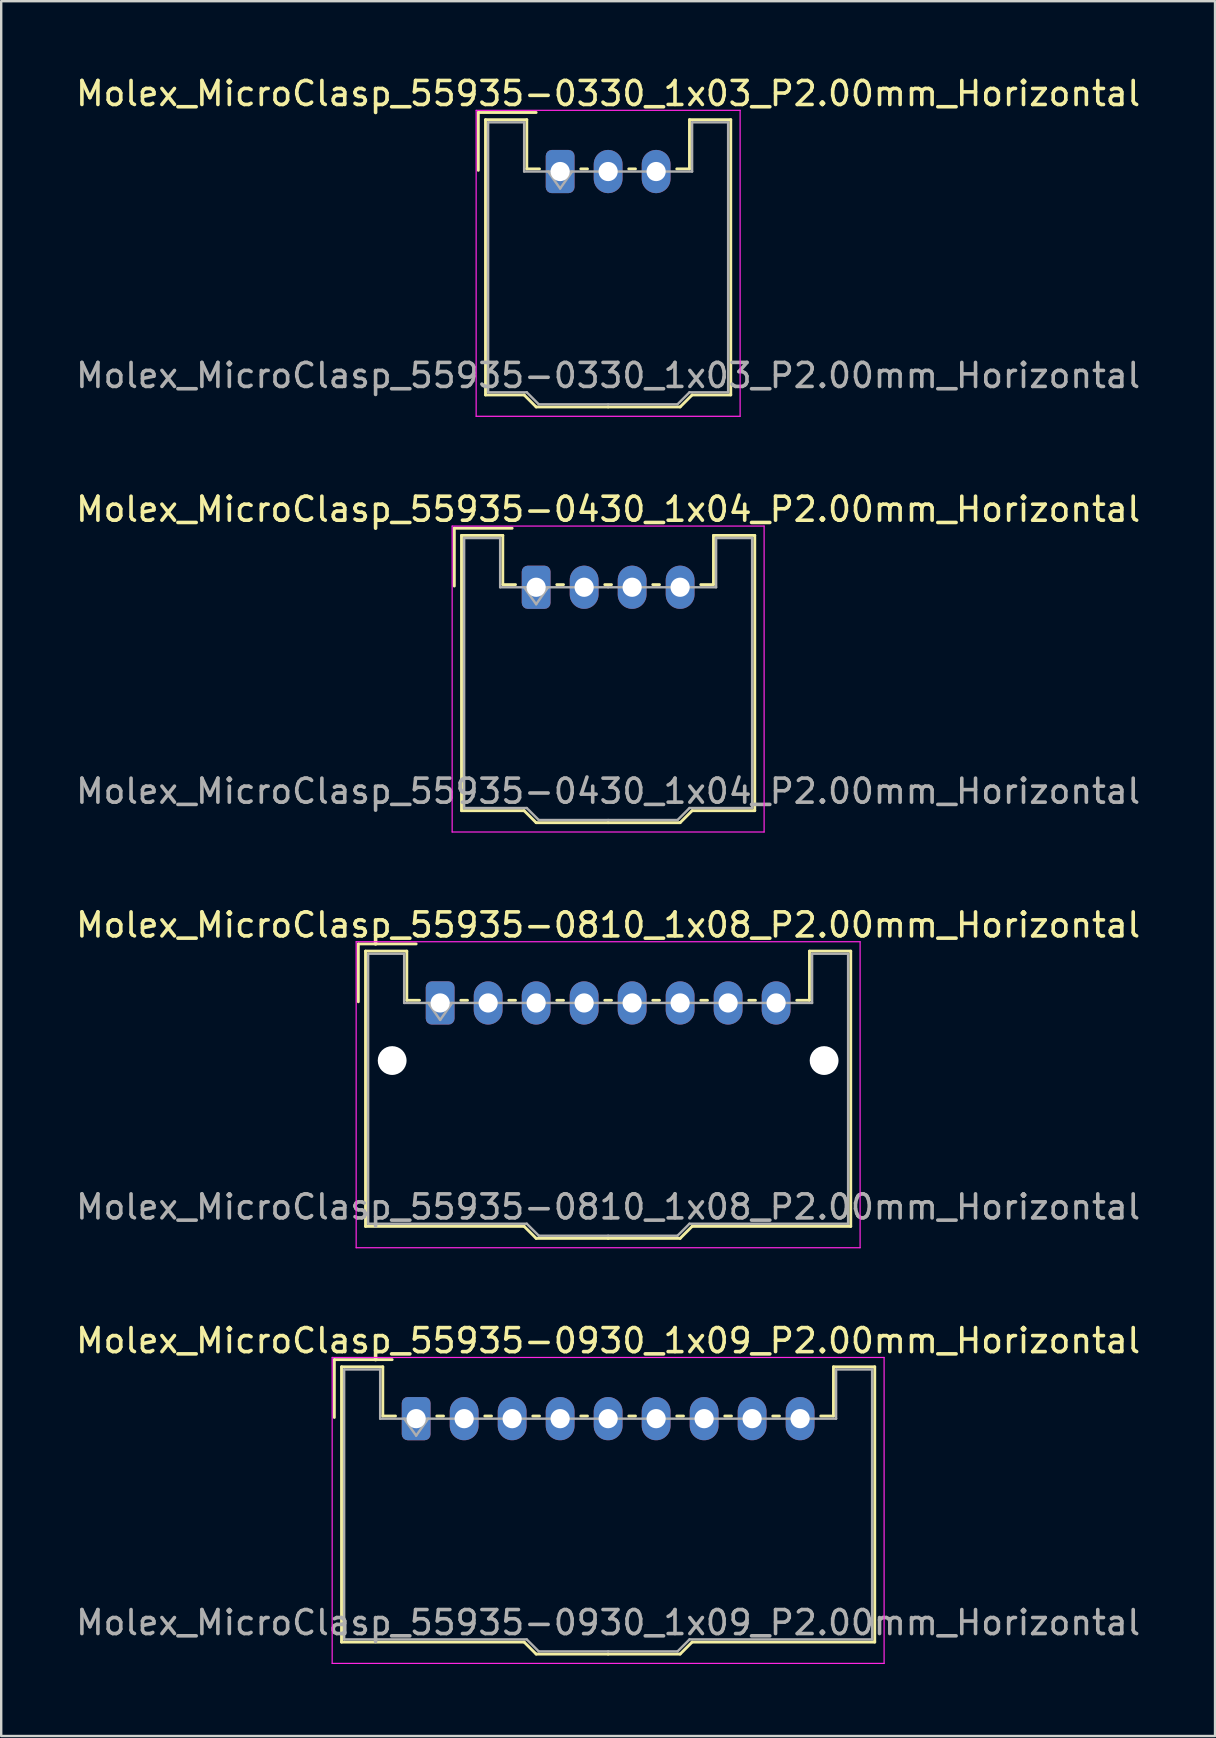
<source format=kicad_pcb>
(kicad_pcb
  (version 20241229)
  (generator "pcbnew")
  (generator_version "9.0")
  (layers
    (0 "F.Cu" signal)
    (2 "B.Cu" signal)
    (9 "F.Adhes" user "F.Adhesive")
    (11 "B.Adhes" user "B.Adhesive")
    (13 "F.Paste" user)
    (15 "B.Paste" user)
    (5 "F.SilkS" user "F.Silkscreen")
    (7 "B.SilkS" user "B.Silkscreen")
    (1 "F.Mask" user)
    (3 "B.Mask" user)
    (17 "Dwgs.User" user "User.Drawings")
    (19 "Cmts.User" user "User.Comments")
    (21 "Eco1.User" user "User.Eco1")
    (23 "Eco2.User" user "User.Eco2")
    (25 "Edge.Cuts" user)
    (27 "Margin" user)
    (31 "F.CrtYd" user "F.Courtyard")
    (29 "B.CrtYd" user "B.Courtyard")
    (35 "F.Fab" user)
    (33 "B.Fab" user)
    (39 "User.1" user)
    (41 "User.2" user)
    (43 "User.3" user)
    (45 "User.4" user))
  (footprint "Molex_MicroClasp_55935-0930_1x09_P2.00mm_Horizontal"
    (layer "F.Cu")
    (at 14.292 56.068)
    (property "Reference" "Molex_MicroClasp_55935-0930_1x09_P2.00mm_Horizontal" (at 8 -3.25 0) (layer "F.SilkS") (effects (font (size 1 1) (thickness 0.15))))
    (attr through_hole)
    (fp_line (start -3.41 -2.46) (end -1 -2.46) (stroke (width 0.12) (type solid)) (layer "F.SilkS"))
    (fp_line (start -3.41 -0.05) (end -3.41 -2.46) (stroke (width 0.12) (type solid)) (layer "F.SilkS"))
    (fp_line (start -3.11 -2.16) (end -1.39 -2.16) (stroke (width 0.12) (type solid)) (layer "F.SilkS"))
    (fp_line (start -3.11 9.31) (end -3.11 -2.16) (stroke (width 0.12) (type solid)) (layer "F.SilkS"))
    (fp_line (start -1.39 -2.16) (end -1.39 -0.11) (stroke (width 0.12) (type solid)) (layer "F.SilkS"))
    (fp_line (start -1.39 -0.11) (end -0.86 -0.11) (stroke (width 0.12) (type solid)) (layer "F.SilkS"))
    (fp_line (start 0.86 -0.11) (end 1.14 -0.11) (stroke (width 0.12) (type solid)) (layer "F.SilkS"))
    (fp_line (start 2.86 -0.11) (end 3.14 -0.11) (stroke (width 0.12) (type solid)) (layer "F.SilkS"))
    (fp_line (start 4.5 9.31) (end -3.11 9.31) (stroke (width 0.12) (type solid)) (layer "F.SilkS"))
    (fp_line (start 4.86 -0.11) (end 5.14 -0.11) (stroke (width 0.12) (type solid)) (layer "F.SilkS"))
    (fp_line (start 5 9.81) (end 4.5 9.31) (stroke (width 0.12) (type solid)) (layer "F.SilkS"))
    (fp_line (start 6.86 -0.11) (end 7.14 -0.11) (stroke (width 0.12) (type solid)) (layer "F.SilkS"))
    (fp_line (start 8 9.81) (end 5 9.81) (stroke (width 0.12) (type solid)) (layer "F.SilkS"))
    (fp_line (start 8 9.81) (end 11 9.81) (stroke (width 0.12) (type solid)) (layer "F.SilkS"))
    (fp_line (start 8.86 -0.11) (end 9.14 -0.11) (stroke (width 0.12) (type solid)) (layer "F.SilkS"))
    (fp_line (start 10.86 -0.11) (end 11.14 -0.11) (stroke (width 0.12) (type solid)) (layer "F.SilkS"))
    (fp_line (start 11 9.81) (end 11.5 9.31) (stroke (width 0.12) (type solid)) (layer "F.SilkS"))
    (fp_line (start 11.5 9.31) (end 19.11 9.31) (stroke (width 0.12) (type solid)) (layer "F.SilkS"))
    (fp_line (start 12.86 -0.11) (end 13.14 -0.11) (stroke (width 0.12) (type solid)) (layer "F.SilkS"))
    (fp_line (start 14.86 -0.11) (end 15.14 -0.11) (stroke (width 0.12) (type solid)) (layer "F.SilkS"))
    (fp_line (start 17.39 -2.16) (end 17.39 -0.11) (stroke (width 0.12) (type solid)) (layer "F.SilkS"))
    (fp_line (start 17.39 -0.11) (end 16.86 -0.11) (stroke (width 0.12) (type solid)) (layer "F.SilkS"))
    (fp_line (start 19.11 -2.16) (end 17.39 -2.16) (stroke (width 0.12) (type solid)) (layer "F.SilkS"))
    (fp_line (start 19.11 9.31) (end 19.11 -2.16) (stroke (width 0.12) (type solid)) (layer "F.SilkS"))
    (fp_line (start -3.5 -2.55) (end -3.5 10.2) (stroke (width 0.05) (type solid)) (layer "F.CrtYd"))
    (fp_line (start -3.5 10.2) (end 19.5 10.2) (stroke (width 0.05) (type solid)) (layer "F.CrtYd"))
    (fp_line (start 19.5 -2.55) (end -3.5 -2.55) (stroke (width 0.05) (type solid)) (layer "F.CrtYd"))
    (fp_line (start 19.5 10.2) (end 19.5 -2.55) (stroke (width 0.05) (type solid)) (layer "F.CrtYd"))
    (fp_line (start -3 -2.05) (end -1.5 -2.05) (stroke (width 0.1) (type solid)) (layer "F.Fab"))
    (fp_line (start -3 9.2) (end -3 -2.05) (stroke (width 0.1) (type solid)) (layer "F.Fab"))
    (fp_line (start -1.5 -2.05) (end -1.5 0) (stroke (width 0.1) (type solid)) (layer "F.Fab"))
    (fp_line (start -1.5 0) (end 8 0) (stroke (width 0.1) (type solid)) (layer "F.Fab"))
    (fp_line (start -0.5 0) (end 0 0.707) (stroke (width 0.1) (type solid)) (layer "F.Fab"))
    (fp_line (start 0 0.707) (end 0.5 0) (stroke (width 0.1) (type solid)) (layer "F.Fab"))
    (fp_line (start 4.61 9.2) (end -3 9.2) (stroke (width 0.1) (type solid)) (layer "F.Fab"))
    (fp_line (start 5.11 9.7) (end 4.61 9.2) (stroke (width 0.1) (type solid)) (layer "F.Fab"))
    (fp_line (start 8 9.7) (end 5.11 9.7) (stroke (width 0.1) (type solid)) (layer "F.Fab"))
    (fp_line (start 8 9.7) (end 10.89 9.7) (stroke (width 0.1) (type solid)) (layer "F.Fab"))
    (fp_line (start 10.89 9.7) (end 11.39 9.2) (stroke (width 0.1) (type solid)) (layer "F.Fab"))
    (fp_line (start 11.39 9.2) (end 19 9.2) (stroke (width 0.1) (type solid)) (layer "F.Fab"))
    (fp_line (start 17.5 -2.05) (end 17.5 0) (stroke (width 0.1) (type solid)) (layer "F.Fab"))
    (fp_line (start 17.5 0) (end 8 0) (stroke (width 0.1) (type solid)) (layer "F.Fab"))
    (fp_line (start 19 -2.05) (end 17.5 -2.05) (stroke (width 0.1) (type solid)) (layer "F.Fab"))
    (fp_line (start 19 9.2) (end 19 -2.05) (stroke (width 0.1) (type solid)) (layer "F.Fab"))
    (fp_text user "${REFERENCE}" (at 8 8.5 0) (layer "F.Fab") (effects (font (size 1 1) (thickness 0.15))))
    (pad "1" thru_hole roundrect (at 0 0) (size 1.2 1.8) (drill 0.8) (layers "*.Cu" "*.Mask") (roundrect_rratio 0.208))
    (pad "2" thru_hole oval (at 2 0) (size 1.2 1.8) (drill 0.8) (layers "*.Cu" "*.Mask"))
    (pad "3" thru_hole oval (at 4 0) (size 1.2 1.8) (drill 0.8) (layers "*.Cu" "*.Mask"))
    (pad "4" thru_hole oval (at 6 0) (size 1.2 1.8) (drill 0.8) (layers "*.Cu" "*.Mask"))
    (pad "5" thru_hole oval (at 8 0) (size 1.2 1.8) (drill 0.8) (layers "*.Cu" "*.Mask"))
    (pad "6" thru_hole oval (at 10 0) (size 1.2 1.8) (drill 0.8) (layers "*.Cu" "*.Mask"))
    (pad "7" thru_hole oval (at 12 0) (size 1.2 1.8) (drill 0.8) (layers "*.Cu" "*.Mask"))
    (pad "8" thru_hole oval (at 14 0) (size 1.2 1.8) (drill 0.8) (layers "*.Cu" "*.Mask"))
    (pad "9" thru_hole oval (at 16 0) (size 1.2 1.8) (drill 0.8) (layers "*.Cu" "*.Mask")))
  (footprint "Molex_MicroClasp_55935-0330_1x03_P2.00mm_Horizontal"
    (layer "F.Cu")
    (at 20.292 4.098)
    (property "Reference" "Molex_MicroClasp_55935-0330_1x03_P2.00mm_Horizontal" (at 2 -3.25 0) (layer "F.SilkS") (effects (font (size 1 1) (thickness 0.15))))
    (attr through_hole)
    (fp_line (start -3.41 -2.46) (end -1 -2.46) (stroke (width 0.12) (type solid)) (layer "F.SilkS"))
    (fp_line (start -3.41 -0.05) (end -3.41 -2.46) (stroke (width 0.12) (type solid)) (layer "F.SilkS"))
    (fp_line (start -3.11 -2.16) (end -1.39 -2.16) (stroke (width 0.12) (type solid)) (layer "F.SilkS"))
    (fp_line (start -3.11 9.31) (end -3.11 -2.16) (stroke (width 0.12) (type solid)) (layer "F.SilkS"))
    (fp_line (start -1.5 9.31) (end -3.11 9.31) (stroke (width 0.12) (type solid)) (layer "F.SilkS"))
    (fp_line (start -1.39 -2.16) (end -1.39 -0.11) (stroke (width 0.12) (type solid)) (layer "F.SilkS"))
    (fp_line (start -1.39 -0.11) (end -0.86 -0.11) (stroke (width 0.12) (type solid)) (layer "F.SilkS"))
    (fp_line (start -1 9.81) (end -1.5 9.31) (stroke (width 0.12) (type solid)) (layer "F.SilkS"))
    (fp_line (start 0.86 -0.11) (end 1.14 -0.11) (stroke (width 0.12) (type solid)) (layer "F.SilkS"))
    (fp_line (start 2 9.81) (end -1 9.81) (stroke (width 0.12) (type solid)) (layer "F.SilkS"))
    (fp_line (start 2 9.81) (end 5 9.81) (stroke (width 0.12) (type solid)) (layer "F.SilkS"))
    (fp_line (start 2.86 -0.11) (end 3.14 -0.11) (stroke (width 0.12) (type solid)) (layer "F.SilkS"))
    (fp_line (start 5 9.81) (end 5.5 9.31) (stroke (width 0.12) (type solid)) (layer "F.SilkS"))
    (fp_line (start 5.39 -2.16) (end 5.39 -0.11) (stroke (width 0.12) (type solid)) (layer "F.SilkS"))
    (fp_line (start 5.39 -0.11) (end 4.86 -0.11) (stroke (width 0.12) (type solid)) (layer "F.SilkS"))
    (fp_line (start 5.5 9.31) (end 7.11 9.31) (stroke (width 0.12) (type solid)) (layer "F.SilkS"))
    (fp_line (start 7.11 -2.16) (end 5.39 -2.16) (stroke (width 0.12) (type solid)) (layer "F.SilkS"))
    (fp_line (start 7.11 9.31) (end 7.11 -2.16) (stroke (width 0.12) (type solid)) (layer "F.SilkS"))
    (fp_line (start -3.5 -2.55) (end -3.5 10.2) (stroke (width 0.05) (type solid)) (layer "F.CrtYd"))
    (fp_line (start -3.5 10.2) (end 7.5 10.2) (stroke (width 0.05) (type solid)) (layer "F.CrtYd"))
    (fp_line (start 7.5 -2.55) (end -3.5 -2.55) (stroke (width 0.05) (type solid)) (layer "F.CrtYd"))
    (fp_line (start 7.5 10.2) (end 7.5 -2.55) (stroke (width 0.05) (type solid)) (layer "F.CrtYd"))
    (fp_line (start -3 -2.05) (end -1.5 -2.05) (stroke (width 0.1) (type solid)) (layer "F.Fab"))
    (fp_line (start -3 9.2) (end -3 -2.05) (stroke (width 0.1) (type solid)) (layer "F.Fab"))
    (fp_line (start -1.5 -2.05) (end -1.5 0) (stroke (width 0.1) (type solid)) (layer "F.Fab"))
    (fp_line (start -1.5 0) (end 2 0) (stroke (width 0.1) (type solid)) (layer "F.Fab"))
    (fp_line (start -1.39 9.2) (end -3 9.2) (stroke (width 0.1) (type solid)) (layer "F.Fab"))
    (fp_line (start -0.89 9.7) (end -1.39 9.2) (stroke (width 0.1) (type solid)) (layer "F.Fab"))
    (fp_line (start -0.5 0) (end 0 0.707) (stroke (width 0.1) (type solid)) (layer "F.Fab"))
    (fp_line (start 0 0.707) (end 0.5 0) (stroke (width 0.1) (type solid)) (layer "F.Fab"))
    (fp_line (start 2 9.7) (end -0.89 9.7) (stroke (width 0.1) (type solid)) (layer "F.Fab"))
    (fp_line (start 2 9.7) (end 4.89 9.7) (stroke (width 0.1) (type solid)) (layer "F.Fab"))
    (fp_line (start 4.89 9.7) (end 5.39 9.2) (stroke (width 0.1) (type solid)) (layer "F.Fab"))
    (fp_line (start 5.39 9.2) (end 7 9.2) (stroke (width 0.1) (type solid)) (layer "F.Fab"))
    (fp_line (start 5.5 -2.05) (end 5.5 0) (stroke (width 0.1) (type solid)) (layer "F.Fab"))
    (fp_line (start 5.5 0) (end 2 0) (stroke (width 0.1) (type solid)) (layer "F.Fab"))
    (fp_line (start 7 -2.05) (end 5.5 -2.05) (stroke (width 0.1) (type solid)) (layer "F.Fab"))
    (fp_line (start 7 9.2) (end 7 -2.05) (stroke (width 0.1) (type solid)) (layer "F.Fab"))
    (fp_text user "${REFERENCE}" (at 2 8.5 0) (layer "F.Fab") (effects (font (size 1 1) (thickness 0.15))))
    (pad "1" thru_hole roundrect (at 0 0) (size 1.2 1.8) (drill 0.8) (layers "*.Cu" "*.Mask") (roundrect_rratio 0.208))
    (pad "2" thru_hole oval (at 2 0) (size 1.2 1.8) (drill 0.8) (layers "*.Cu" "*.Mask"))
    (pad "3" thru_hole oval (at 4 0) (size 1.2 1.8) (drill 0.8) (layers "*.Cu" "*.Mask")))
  (footprint "Molex_MicroClasp_55935-0810_1x08_P2.00mm_Horizontal"
    (layer "F.Cu")
    (at 15.292 38.745)
    (property "Reference" "Molex_MicroClasp_55935-0810_1x08_P2.00mm_Horizontal" (at 7 -3.25 0) (layer "F.SilkS") (effects (font (size 1 1) (thickness 0.15))))
    (attr through_hole)
    (fp_line (start -3.41 -2.46) (end -1 -2.46) (stroke (width 0.12) (type solid)) (layer "F.SilkS"))
    (fp_line (start -3.41 -0.05) (end -3.41 -2.46) (stroke (width 0.12) (type solid)) (layer "F.SilkS"))
    (fp_line (start -3.11 -2.16) (end -1.39 -2.16) (stroke (width 0.12) (type solid)) (layer "F.SilkS"))
    (fp_line (start -3.11 9.31) (end -3.11 -2.16) (stroke (width 0.12) (type solid)) (layer "F.SilkS"))
    (fp_line (start -1.39 -2.16) (end -1.39 -0.11) (stroke (width 0.12) (type solid)) (layer "F.SilkS"))
    (fp_line (start -1.39 -0.11) (end -0.86 -0.11) (stroke (width 0.12) (type solid)) (layer "F.SilkS"))
    (fp_line (start 0.86 -0.11) (end 1.14 -0.11) (stroke (width 0.12) (type solid)) (layer "F.SilkS"))
    (fp_line (start 2.86 -0.11) (end 3.14 -0.11) (stroke (width 0.12) (type solid)) (layer "F.SilkS"))
    (fp_line (start 3.5 9.31) (end -3.11 9.31) (stroke (width 0.12) (type solid)) (layer "F.SilkS"))
    (fp_line (start 4 9.81) (end 3.5 9.31) (stroke (width 0.12) (type solid)) (layer "F.SilkS"))
    (fp_line (start 4.86 -0.11) (end 5.14 -0.11) (stroke (width 0.12) (type solid)) (layer "F.SilkS"))
    (fp_line (start 6.86 -0.11) (end 7.14 -0.11) (stroke (width 0.12) (type solid)) (layer "F.SilkS"))
    (fp_line (start 7 9.81) (end 4 9.81) (stroke (width 0.12) (type solid)) (layer "F.SilkS"))
    (fp_line (start 7 9.81) (end 10 9.81) (stroke (width 0.12) (type solid)) (layer "F.SilkS"))
    (fp_line (start 8.86 -0.11) (end 9.14 -0.11) (stroke (width 0.12) (type solid)) (layer "F.SilkS"))
    (fp_line (start 10 9.81) (end 10.5 9.31) (stroke (width 0.12) (type solid)) (layer "F.SilkS"))
    (fp_line (start 10.5 9.31) (end 17.11 9.31) (stroke (width 0.12) (type solid)) (layer "F.SilkS"))
    (fp_line (start 10.86 -0.11) (end 11.14 -0.11) (stroke (width 0.12) (type solid)) (layer "F.SilkS"))
    (fp_line (start 12.86 -0.11) (end 13.14 -0.11) (stroke (width 0.12) (type solid)) (layer "F.SilkS"))
    (fp_line (start 15.39 -2.16) (end 15.39 -0.11) (stroke (width 0.12) (type solid)) (layer "F.SilkS"))
    (fp_line (start 15.39 -0.11) (end 14.86 -0.11) (stroke (width 0.12) (type solid)) (layer "F.SilkS"))
    (fp_line (start 17.11 -2.16) (end 15.39 -2.16) (stroke (width 0.12) (type solid)) (layer "F.SilkS"))
    (fp_line (start 17.11 9.31) (end 17.11 -2.16) (stroke (width 0.12) (type solid)) (layer "F.SilkS"))
    (fp_line (start -3.5 -2.55) (end -3.5 10.2) (stroke (width 0.05) (type solid)) (layer "F.CrtYd"))
    (fp_line (start -3.5 10.2) (end 17.5 10.2) (stroke (width 0.05) (type solid)) (layer "F.CrtYd"))
    (fp_line (start 17.5 -2.55) (end -3.5 -2.55) (stroke (width 0.05) (type solid)) (layer "F.CrtYd"))
    (fp_line (start 17.5 10.2) (end 17.5 -2.55) (stroke (width 0.05) (type solid)) (layer "F.CrtYd"))
    (fp_line (start -3 -2.05) (end -1.5 -2.05) (stroke (width 0.1) (type solid)) (layer "F.Fab"))
    (fp_line (start -3 9.2) (end -3 -2.05) (stroke (width 0.1) (type solid)) (layer "F.Fab"))
    (fp_line (start -1.5 -2.05) (end -1.5 0) (stroke (width 0.1) (type solid)) (layer "F.Fab"))
    (fp_line (start -1.5 0) (end 7 0) (stroke (width 0.1) (type solid)) (layer "F.Fab"))
    (fp_line (start -0.5 0) (end 0 0.707) (stroke (width 0.1) (type solid)) (layer "F.Fab"))
    (fp_line (start 0 0.707) (end 0.5 0) (stroke (width 0.1) (type solid)) (layer "F.Fab"))
    (fp_line (start 3.61 9.2) (end -3 9.2) (stroke (width 0.1) (type solid)) (layer "F.Fab"))
    (fp_line (start 4.11 9.7) (end 3.61 9.2) (stroke (width 0.1) (type solid)) (layer "F.Fab"))
    (fp_line (start 7 9.7) (end 4.11 9.7) (stroke (width 0.1) (type solid)) (layer "F.Fab"))
    (fp_line (start 7 9.7) (end 9.89 9.7) (stroke (width 0.1) (type solid)) (layer "F.Fab"))
    (fp_line (start 9.89 9.7) (end 10.39 9.2) (stroke (width 0.1) (type solid)) (layer "F.Fab"))
    (fp_line (start 10.39 9.2) (end 17 9.2) (stroke (width 0.1) (type solid)) (layer "F.Fab"))
    (fp_line (start 15.5 -2.05) (end 15.5 0) (stroke (width 0.1) (type solid)) (layer "F.Fab"))
    (fp_line (start 15.5 0) (end 7 0) (stroke (width 0.1) (type solid)) (layer "F.Fab"))
    (fp_line (start 17 -2.05) (end 15.5 -2.05) (stroke (width 0.1) (type solid)) (layer "F.Fab"))
    (fp_line (start 17 9.2) (end 17 -2.05) (stroke (width 0.1) (type solid)) (layer "F.Fab"))
    (fp_text user "${REFERENCE}" (at 7 8.5 0) (layer "F.Fab") (effects (font (size 1 1) (thickness 0.15))))
    (pad "" np_thru_hole circle (at -2 2.4) (size 1.2 1.2) (drill 1.2) (layers "*.Cu" "*.Mask"))
    (pad "" np_thru_hole circle (at 16 2.4) (size 1.2 1.2) (drill 1.2) (layers "*.Cu" "*.Mask"))
    (pad "1" thru_hole roundrect (at 0 0) (size 1.2 1.8) (drill 0.8) (layers "*.Cu" "*.Mask") (roundrect_rratio 0.208))
    (pad "2" thru_hole oval (at 2 0) (size 1.2 1.8) (drill 0.8) (layers "*.Cu" "*.Mask"))
    (pad "3" thru_hole oval (at 4 0) (size 1.2 1.8) (drill 0.8) (layers "*.Cu" "*.Mask"))
    (pad "4" thru_hole oval (at 6 0) (size 1.2 1.8) (drill 0.8) (layers "*.Cu" "*.Mask"))
    (pad "5" thru_hole oval (at 8 0) (size 1.2 1.8) (drill 0.8) (layers "*.Cu" "*.Mask"))
    (pad "6" thru_hole oval (at 10 0) (size 1.2 1.8) (drill 0.8) (layers "*.Cu" "*.Mask"))
    (pad "7" thru_hole oval (at 12 0) (size 1.2 1.8) (drill 0.8) (layers "*.Cu" "*.Mask"))
    (pad "8" thru_hole oval (at 14 0) (size 1.2 1.8) (drill 0.8) (layers "*.Cu" "*.Mask")))
  (footprint "Molex_MicroClasp_55935-0430_1x04_P2.00mm_Horizontal"
    (layer "F.Cu")
    (at 19.292 21.422)
    (property "Reference" "Molex_MicroClasp_55935-0430_1x04_P2.00mm_Horizontal" (at 3 -3.25 0) (layer "F.SilkS") (effects (font (size 1 1) (thickness 0.15))))
    (attr through_hole)
    (fp_line (start -3.41 -2.46) (end -1 -2.46) (stroke (width 0.12) (type solid)) (layer "F.SilkS"))
    (fp_line (start -3.41 -0.05) (end -3.41 -2.46) (stroke (width 0.12) (type solid)) (layer "F.SilkS"))
    (fp_line (start -3.11 -2.16) (end -1.39 -2.16) (stroke (width 0.12) (type solid)) (layer "F.SilkS"))
    (fp_line (start -3.11 9.31) (end -3.11 -2.16) (stroke (width 0.12) (type solid)) (layer "F.SilkS"))
    (fp_line (start -1.39 -2.16) (end -1.39 -0.11) (stroke (width 0.12) (type solid)) (layer "F.SilkS"))
    (fp_line (start -1.39 -0.11) (end -0.86 -0.11) (stroke (width 0.12) (type solid)) (layer "F.SilkS"))
    (fp_line (start -0.5 9.31) (end -3.11 9.31) (stroke (width 0.12) (type solid)) (layer "F.SilkS"))
    (fp_line (start 0 9.81) (end -0.5 9.31) (stroke (width 0.12) (type solid)) (layer "F.SilkS"))
    (fp_line (start 0.86 -0.11) (end 1.14 -0.11) (stroke (width 0.12) (type solid)) (layer "F.SilkS"))
    (fp_line (start 2.86 -0.11) (end 3.14 -0.11) (stroke (width 0.12) (type solid)) (layer "F.SilkS"))
    (fp_line (start 3 9.81) (end 0 9.81) (stroke (width 0.12) (type solid)) (layer "F.SilkS"))
    (fp_line (start 3 9.81) (end 6 9.81) (stroke (width 0.12) (type solid)) (layer "F.SilkS"))
    (fp_line (start 4.86 -0.11) (end 5.14 -0.11) (stroke (width 0.12) (type solid)) (layer "F.SilkS"))
    (fp_line (start 6 9.81) (end 6.5 9.31) (stroke (width 0.12) (type solid)) (layer "F.SilkS"))
    (fp_line (start 6.5 9.31) (end 9.11 9.31) (stroke (width 0.12) (type solid)) (layer "F.SilkS"))
    (fp_line (start 7.39 -2.16) (end 7.39 -0.11) (stroke (width 0.12) (type solid)) (layer "F.SilkS"))
    (fp_line (start 7.39 -0.11) (end 6.86 -0.11) (stroke (width 0.12) (type solid)) (layer "F.SilkS"))
    (fp_line (start 9.11 -2.16) (end 7.39 -2.16) (stroke (width 0.12) (type solid)) (layer "F.SilkS"))
    (fp_line (start 9.11 9.31) (end 9.11 -2.16) (stroke (width 0.12) (type solid)) (layer "F.SilkS"))
    (fp_line (start -3.5 -2.55) (end -3.5 10.2) (stroke (width 0.05) (type solid)) (layer "F.CrtYd"))
    (fp_line (start -3.5 10.2) (end 9.5 10.2) (stroke (width 0.05) (type solid)) (layer "F.CrtYd"))
    (fp_line (start 9.5 -2.55) (end -3.5 -2.55) (stroke (width 0.05) (type solid)) (layer "F.CrtYd"))
    (fp_line (start 9.5 10.2) (end 9.5 -2.55) (stroke (width 0.05) (type solid)) (layer "F.CrtYd"))
    (fp_line (start -3 -2.05) (end -1.5 -2.05) (stroke (width 0.1) (type solid)) (layer "F.Fab"))
    (fp_line (start -3 9.2) (end -3 -2.05) (stroke (width 0.1) (type solid)) (layer "F.Fab"))
    (fp_line (start -1.5 -2.05) (end -1.5 0) (stroke (width 0.1) (type solid)) (layer "F.Fab"))
    (fp_line (start -1.5 0) (end 3 0) (stroke (width 0.1) (type solid)) (layer "F.Fab"))
    (fp_line (start -0.5 0) (end 0 0.707) (stroke (width 0.1) (type solid)) (layer "F.Fab"))
    (fp_line (start -0.39 9.2) (end -3 9.2) (stroke (width 0.1) (type solid)) (layer "F.Fab"))
    (fp_line (start 0 0.707) (end 0.5 0) (stroke (width 0.1) (type solid)) (layer "F.Fab"))
    (fp_line (start 0.11 9.7) (end -0.39 9.2) (stroke (width 0.1) (type solid)) (layer "F.Fab"))
    (fp_line (start 3 9.7) (end 0.11 9.7) (stroke (width 0.1) (type solid)) (layer "F.Fab"))
    (fp_line (start 3 9.7) (end 5.89 9.7) (stroke (width 0.1) (type solid)) (layer "F.Fab"))
    (fp_line (start 5.89 9.7) (end 6.39 9.2) (stroke (width 0.1) (type solid)) (layer "F.Fab"))
    (fp_line (start 6.39 9.2) (end 9 9.2) (stroke (width 0.1) (type solid)) (layer "F.Fab"))
    (fp_line (start 7.5 -2.05) (end 7.5 0) (stroke (width 0.1) (type solid)) (layer "F.Fab"))
    (fp_line (start 7.5 0) (end 3 0) (stroke (width 0.1) (type solid)) (layer "F.Fab"))
    (fp_line (start 9 -2.05) (end 7.5 -2.05) (stroke (width 0.1) (type solid)) (layer "F.Fab"))
    (fp_line (start 9 9.2) (end 9 -2.05) (stroke (width 0.1) (type solid)) (layer "F.Fab"))
    (fp_text user "${REFERENCE}" (at 3 8.5 0) (layer "F.Fab") (effects (font (size 1 1) (thickness 0.15))))
    (pad "1" thru_hole roundrect (at 0 0) (size 1.2 1.8) (drill 0.8) (layers "*.Cu" "*.Mask") (roundrect_rratio 0.208))
    (pad "2" thru_hole oval (at 2 0) (size 1.2 1.8) (drill 0.8) (layers "*.Cu" "*.Mask"))
    (pad "3" thru_hole oval (at 4 0) (size 1.2 1.8) (drill 0.8) (layers "*.Cu" "*.Mask"))
    (pad "4" thru_hole oval (at 6 0) (size 1.2 1.8) (drill 0.8) (layers "*.Cu" "*.Mask")))
  (gr_rect
    (start -3 -3)
    (end 47.583 69.293)
    (stroke (width 0.1) (type default))
    (fill no)
    (layer "Edge.Cuts")))
</source>
